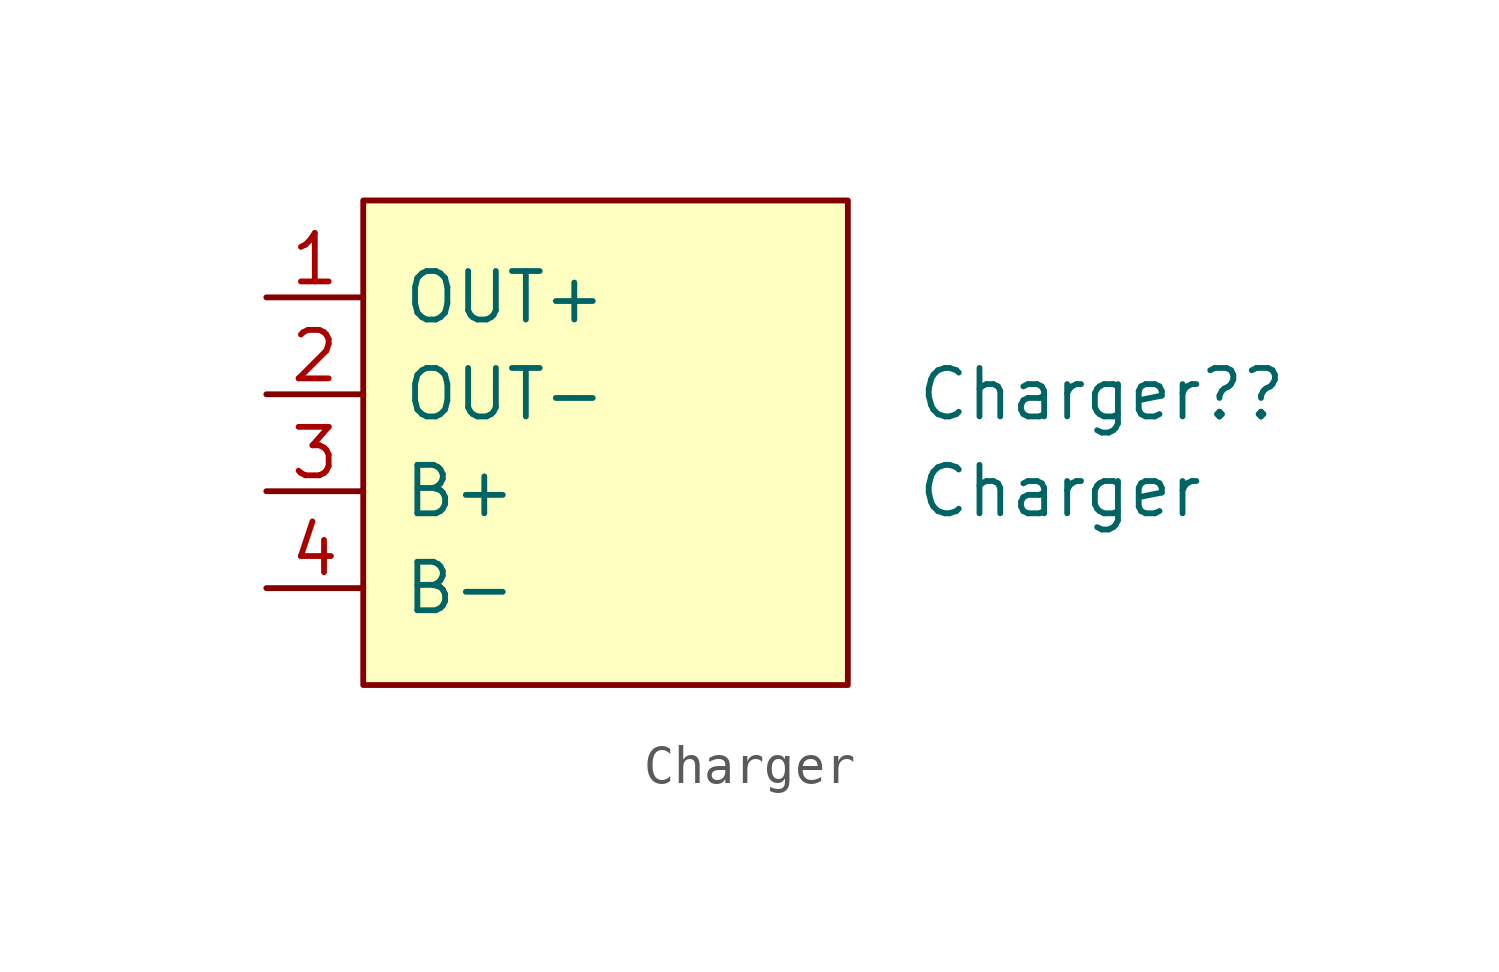
<source format=kicad_sym>
(kicad_symbol_lib
  (version 20211014)
  (generator kicad_symbol_editor)
  (symbol "Charger"
    (pin_names
      (offset 1.016))
    (property "Reference" "Charger?"
      (at 8.128 1.27 0)
      (effects (font (size 1.27 1.27)) (justify left)))
    (property "Value" "Charger"
      (at 8.128 -1.27 0)
      (effects (font (size 1.27 1.27)) (justify left)))
    (symbol "Charger_0_1"
      (rectangle (start -6.35 6.35) (end 6.35 -6.35) (stroke (width 0) (type default) (color 0 0 0 0)) (fill (type background))))
    (symbol "Charger_1_1"
      (pin passive line (at -8.89 3.81 0) (length 2.54) (name "OUT+" (effects (font (size 1.27 1.27)))) (number "1" (effects (font (size 1.27 1.27)))))
      (pin passive line (at -8.89 1.27 0) (length 2.54) (name "OUT-" (effects (font (size 1.27 1.27)))) (number "2" (effects (font (size 1.27 1.27)))))
      (pin passive line (at -8.89 -1.27 0) (length 2.54) (name "B+" (effects (font (size 1.27 1.27)))) (number "3" (effects (font (size 1.27 1.27)))))
      (pin passive line (at -8.89 -3.81 0) (length 2.54) (name "B-" (effects (font (size 1.27 1.27)))) (number "4" (effects (font (size 1.27 1.27))))))))
</source>
